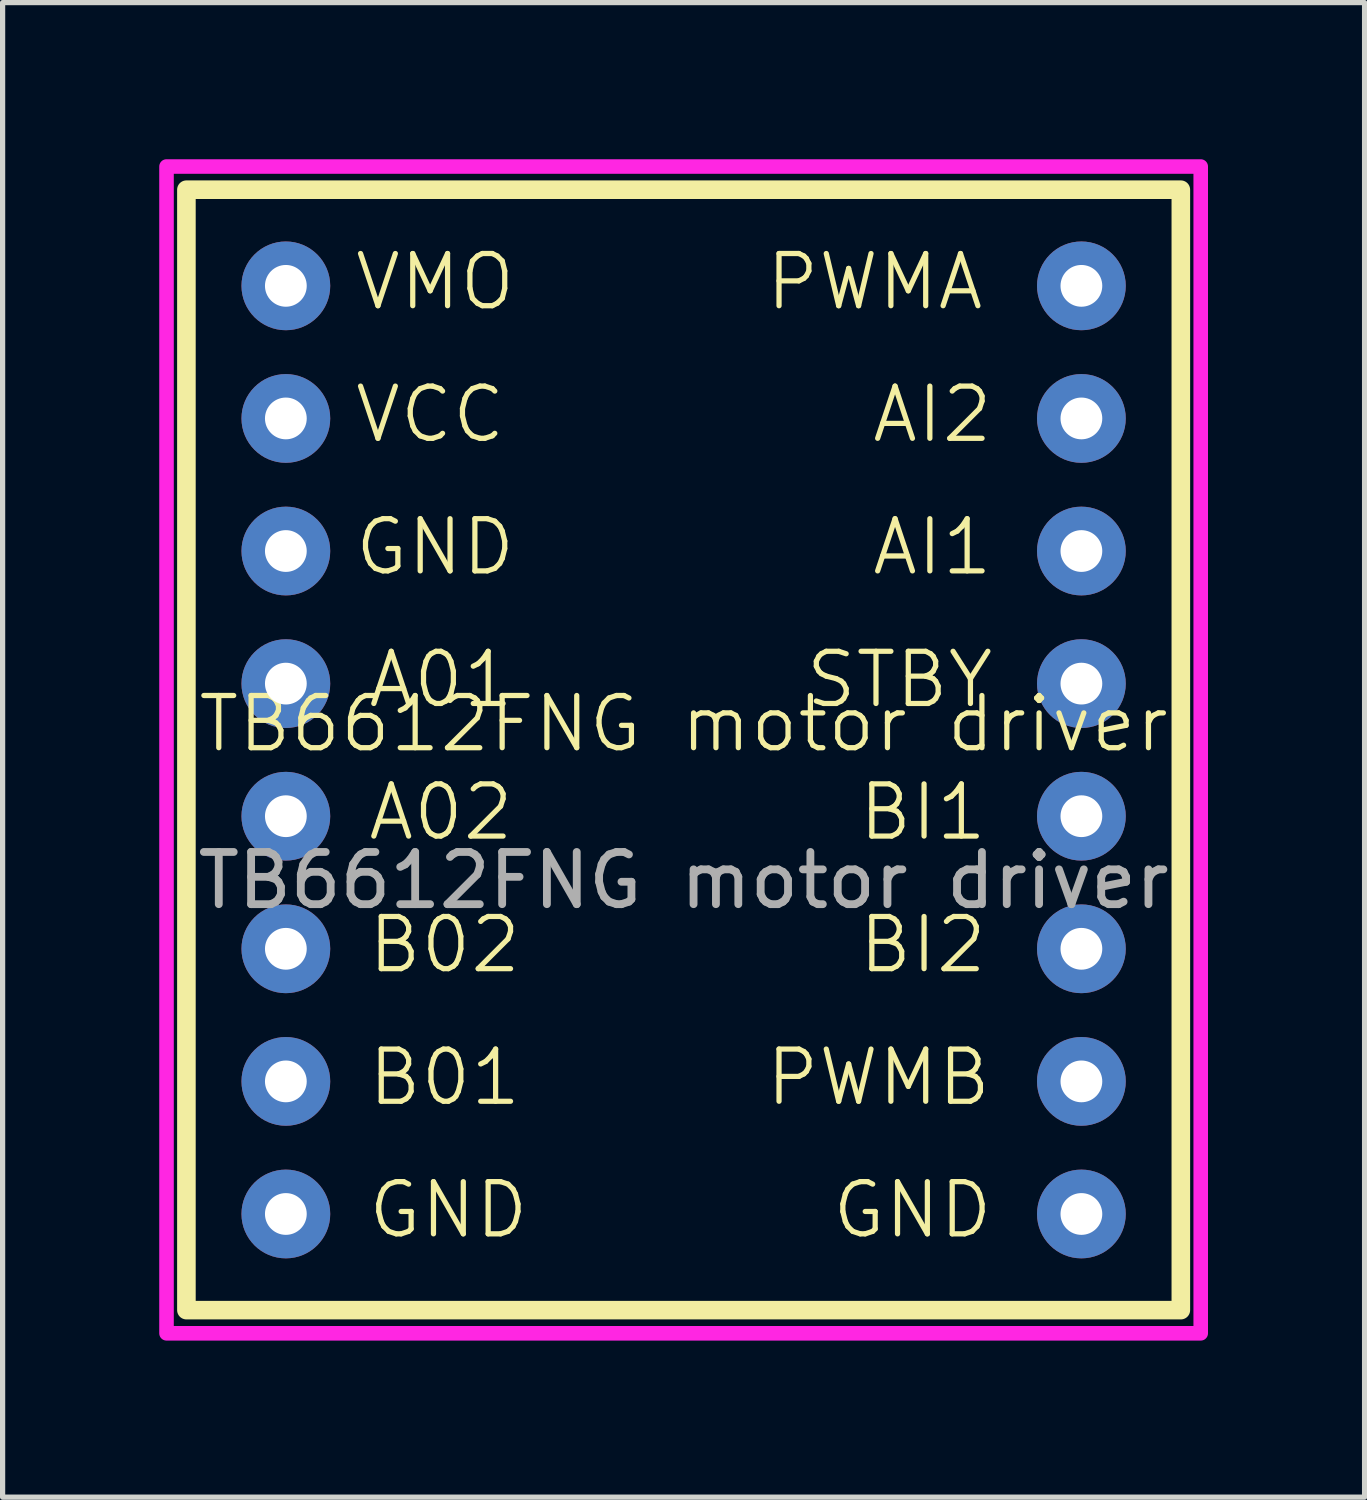
<source format=kicad_pcb>
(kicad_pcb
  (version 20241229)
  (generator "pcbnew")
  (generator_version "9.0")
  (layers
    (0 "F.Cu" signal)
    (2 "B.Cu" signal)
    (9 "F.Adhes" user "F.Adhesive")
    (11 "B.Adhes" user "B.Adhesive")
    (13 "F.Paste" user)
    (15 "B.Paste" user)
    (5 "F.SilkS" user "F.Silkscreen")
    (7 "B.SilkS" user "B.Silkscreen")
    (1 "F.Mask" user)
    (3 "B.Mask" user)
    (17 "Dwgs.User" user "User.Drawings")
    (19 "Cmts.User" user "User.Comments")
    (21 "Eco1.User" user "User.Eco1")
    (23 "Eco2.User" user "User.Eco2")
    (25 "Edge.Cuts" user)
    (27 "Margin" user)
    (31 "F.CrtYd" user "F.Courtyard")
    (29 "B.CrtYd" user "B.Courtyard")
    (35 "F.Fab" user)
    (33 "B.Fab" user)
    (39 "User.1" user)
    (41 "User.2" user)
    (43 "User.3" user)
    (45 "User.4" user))
  (footprint "TB6612FNG motor driver"
    (layer "F.Cu")
    (at 10.046 11.316)
    (property "Reference" "TB6612FNG motor driver" (at 0 -0.5 0) (unlocked yes) (layer "F.SilkS") (effects (font (size 1 1) (thickness 0.1))))
    (attr through_hole)
    (fp_rect (start -9.525 -10.732) (end 9.525 10.732) (stroke (width 0.356) (type default)) (fill no) (layer "F.SilkS"))
    (fp_rect (start -9.906 -11.176) (end 9.906 11.176) (stroke (width 0.279) (type default)) (fill no) (layer "F.CrtYd"))
    (fp_text user "B02" (at -6.096 4.318 0) (unlocked yes) (layer "F.SilkS") (effects (font (size 1 1) (thickness 0.1)) (justify left bottom)))
    (fp_text user "BI2" (at 3.302 4.318 0) (unlocked yes) (layer "F.SilkS") (effects (font (size 1 1) (thickness 0.1)) (justify left bottom)))
    (fp_text user "VMO" (at -6.35 -8.382 0) (unlocked yes) (layer "F.SilkS") (effects (font (size 1 1) (thickness 0.1)) (justify left bottom)))
    (fp_text user "GND" (at 2.794 9.398 0) (unlocked yes) (layer "F.SilkS") (effects (font (size 1 1) (thickness 0.1)) (justify left bottom)))
    (fp_text user "AI2" (at 3.556 -5.842 0) (unlocked yes) (layer "F.SilkS") (effects (font (size 1 1) (thickness 0.1)) (justify left bottom)))
    (fp_text user "GND" (at -6.35 -3.302 0) (unlocked yes) (layer "F.SilkS") (effects (font (size 1 1) (thickness 0.1)) (justify left bottom)))
    (fp_text user "A01" (at -6.096 -0.762 0) (unlocked yes) (layer "F.SilkS") (effects (font (size 1 1) (thickness 0.1)) (justify left bottom)))
    (fp_text user "GND" (at -6.096 9.398 0) (unlocked yes) (layer "F.SilkS") (effects (font (size 1 1) (thickness 0.1)) (justify left bottom)))
    (fp_text user "AI1" (at 3.556 -3.302 0) (unlocked yes) (layer "F.SilkS") (effects (font (size 1 1) (thickness 0.1)) (justify left bottom)))
    (fp_text user "B01" (at -6.096 6.858 0) (unlocked yes) (layer "F.SilkS") (effects (font (size 1 1) (thickness 0.1)) (justify left bottom)))
    (fp_text user "A02" (at -6.096 1.778 0) (unlocked yes) (layer "F.SilkS") (effects (font (size 1 1) (thickness 0.1)) (justify left bottom)))
    (fp_text user "PWMB" (at 1.524 6.858 0) (unlocked yes) (layer "F.SilkS") (effects (font (size 1 1) (thickness 0.1)) (justify left bottom)))
    (fp_text user "BI1" (at 3.302 1.778 0) (unlocked yes) (layer "F.SilkS") (effects (font (size 1 1) (thickness 0.1)) (justify left bottom)))
    (fp_text user "VCC" (at -6.35 -5.842 0) (unlocked yes) (layer "F.SilkS") (effects (font (size 1 1) (thickness 0.1)) (justify left bottom)))
    (fp_text user "STBY" (at 2.286 -0.762 0) (unlocked yes) (layer "F.SilkS") (effects (font (size 1 1) (thickness 0.1)) (justify left bottom)))
    (fp_text user "PWMA" (at 1.524 -8.382 0) (unlocked yes) (layer "F.SilkS") (effects (font (size 1 1) (thickness 0.1)) (justify left bottom)))
    (fp_text user "${REFERENCE}" (at 0 2.5 0) (unlocked yes) (layer "F.Fab") (effects (font (size 1 1) (thickness 0.15))))
    (pad "1" thru_hole circle (at -7.62 -8.89) (size 1.7 1.7) (drill 0.8) (layers "*.Cu" "*.Mask"))
    (pad "2" thru_hole circle (at -7.62 -6.35) (size 1.7 1.7) (drill 0.8) (layers "*.Cu" "*.Mask"))
    (pad "3" thru_hole circle (at -7.62 -3.81) (size 1.7 1.7) (drill 0.8) (layers "*.Cu" "*.Mask"))
    (pad "4" thru_hole circle (at -7.62 -1.27) (size 1.7 1.7) (drill 0.8) (layers "*.Cu" "*.Mask"))
    (pad "5" thru_hole circle (at -7.62 1.27) (size 1.7 1.7) (drill 0.8) (layers "*.Cu" "*.Mask"))
    (pad "6" thru_hole circle (at -7.62 3.81) (size 1.7 1.7) (drill 0.8) (layers "*.Cu" "*.Mask"))
    (pad "7" thru_hole circle (at -7.62 6.35) (size 1.7 1.7) (drill 0.8) (layers "*.Cu" "*.Mask"))
    (pad "8" thru_hole circle (at -7.62 8.89) (size 1.7 1.7) (drill 0.8) (layers "*.Cu" "*.Mask"))
    (pad "9" thru_hole circle (at 7.62 8.89) (size 1.7 1.7) (drill 0.8) (layers "*.Cu" "*.Mask"))
    (pad "10" thru_hole circle (at 7.62 6.35) (size 1.7 1.7) (drill 0.8) (layers "*.Cu" "*.Mask"))
    (pad "11" thru_hole circle (at 7.62 3.81) (size 1.7 1.7) (drill 0.8) (layers "*.Cu" "*.Mask"))
    (pad "12" thru_hole circle (at 7.62 1.27) (size 1.7 1.7) (drill 0.8) (layers "*.Cu" "*.Mask"))
    (pad "13" thru_hole circle (at 7.62 -1.27) (size 1.7 1.7) (drill 0.8) (layers "*.Cu" "*.Mask"))
    (pad "14" thru_hole circle (at 7.62 -3.81) (size 1.7 1.7) (drill 0.8) (layers "*.Cu" "*.Mask"))
    (pad "15" thru_hole circle (at 7.62 -6.35) (size 1.7 1.7) (drill 0.8) (layers "*.Cu" "*.Mask"))
    (pad "16" thru_hole circle (at 7.62 -8.89) (size 1.7 1.7) (drill 0.8) (layers "*.Cu" "*.Mask")))
  (gr_rect
    (start -3 -3)
    (end 23.091 25.631)
    (stroke (width 0.1) (type default))
    (fill no)
    (layer "Edge.Cuts")))
</source>
